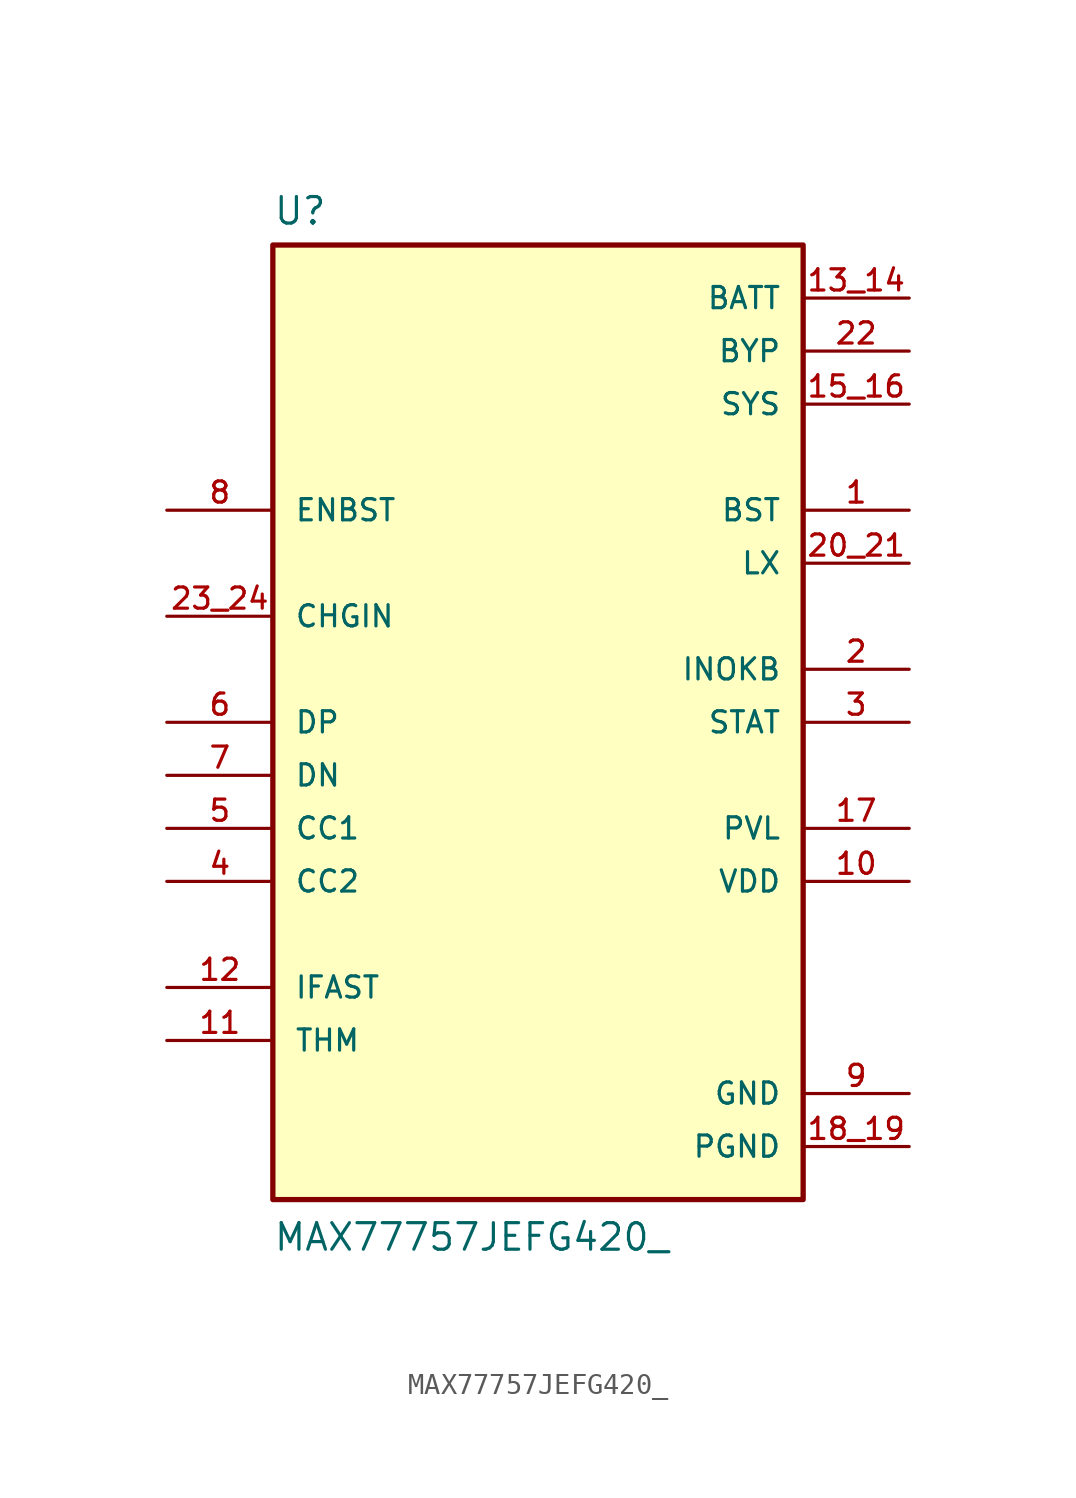
<source format=kicad_sym>
(kicad_symbol_lib
  (version 20211014)
  (generator kicad_symbol_editor)
  (symbol "MAX77757JEFG420_"
    (pin_names
      (offset 1.016))
    (property "Reference" "U"
      (at -12.7 23.749 0.0)
      (effects (font (size 1.27 1.27)) (justify bottom left)))
    (property "Value" "MAX77757JEFG420_"
      (at -12.7 -25.4 0.0)
      (effects (font (size 1.27 1.27)) (justify bottom left)))
    (symbol "MAX77757JEFG420__0_0"
      (rectangle (start -12.7 -22.86) (end 12.7 22.86) (stroke (width 0.254)) (fill (type background)))
      (pin input line (at -17.78 5.08 0) (length 5.08) (name "CHGIN" (effects (font (size 1.016 1.016)))) (number "23_24" (effects (font (size 1.016 1.016)))))
      (pin power_in line (at 17.78 15.24 180.0) (length 5.08) (name "SYS" (effects (font (size 1.016 1.016)))) (number "15_16" (effects (font (size 1.016 1.016)))))
      (pin passive line (at -17.78 -12.7 0) (length 5.08) (name "IFAST" (effects (font (size 1.016 1.016)))) (number "12" (effects (font (size 1.016 1.016)))))
      (pin passive line (at -17.78 -15.24 0) (length 5.08) (name "THM" (effects (font (size 1.016 1.016)))) (number "11" (effects (font (size 1.016 1.016)))))
      (pin input line (at -17.78 10.16 0) (length 5.08) (name "ENBST" (effects (font (size 1.016 1.016)))) (number "8" (effects (font (size 1.016 1.016)))))
      (pin bidirectional line (at -17.78 -5.08 0) (length 5.08) (name "CC1" (effects (font (size 1.016 1.016)))) (number "5" (effects (font (size 1.016 1.016)))))
      (pin bidirectional line (at -17.78 -7.62 0) (length 5.08) (name "CC2" (effects (font (size 1.016 1.016)))) (number "4" (effects (font (size 1.016 1.016)))))
      (pin passive line (at 17.78 10.16 180.0) (length 5.08) (name "BST" (effects (font (size 1.016 1.016)))) (number "1" (effects (font (size 1.016 1.016)))))
      (pin passive line (at 17.78 7.62 180.0) (length 5.08) (name "LX" (effects (font (size 1.016 1.016)))) (number "20_21" (effects (font (size 1.016 1.016)))))
      (pin output line (at 17.78 -7.62 180.0) (length 5.08) (name "VDD" (effects (font (size 1.016 1.016)))) (number "10" (effects (font (size 1.016 1.016)))))
      (pin power_in line (at 17.78 17.78 180.0) (length 5.08) (name "BYP" (effects (font (size 1.016 1.016)))) (number "22" (effects (font (size 1.016 1.016)))))
      (pin output line (at 17.78 2.54 180.0) (length 5.08) (name "INOKB" (effects (font (size 1.016 1.016)))) (number "2" (effects (font (size 1.016 1.016)))))
      (pin output line (at 17.78 0.0 180.0) (length 5.08) (name "STAT" (effects (font (size 1.016 1.016)))) (number "3" (effects (font (size 1.016 1.016)))))
      (pin bidirectional line (at -17.78 0.0 0) (length 5.08) (name "DP" (effects (font (size 1.016 1.016)))) (number "6" (effects (font (size 1.016 1.016)))))
      (pin bidirectional line (at -17.78 -2.54 0) (length 5.08) (name "DN" (effects (font (size 1.016 1.016)))) (number "7" (effects (font (size 1.016 1.016)))))
      (pin output line (at 17.78 -5.08 180.0) (length 5.08) (name "PVL" (effects (font (size 1.016 1.016)))) (number "17" (effects (font (size 1.016 1.016)))))
      (pin power_in line (at 17.78 -17.78 180.0) (length 5.08) (name "GND" (effects (font (size 1.016 1.016)))) (number "9" (effects (font (size 1.016 1.016)))))
      (pin power_in line (at 17.78 -20.32 180.0) (length 5.08) (name "PGND" (effects (font (size 1.016 1.016)))) (number "18_19" (effects (font (size 1.016 1.016)))))
      (pin power_in line (at 17.78 20.32 180.0) (length 5.08) (name "BATT" (effects (font (size 1.016 1.016)))) (number "13_14" (effects (font (size 1.016 1.016))))))))
</source>
